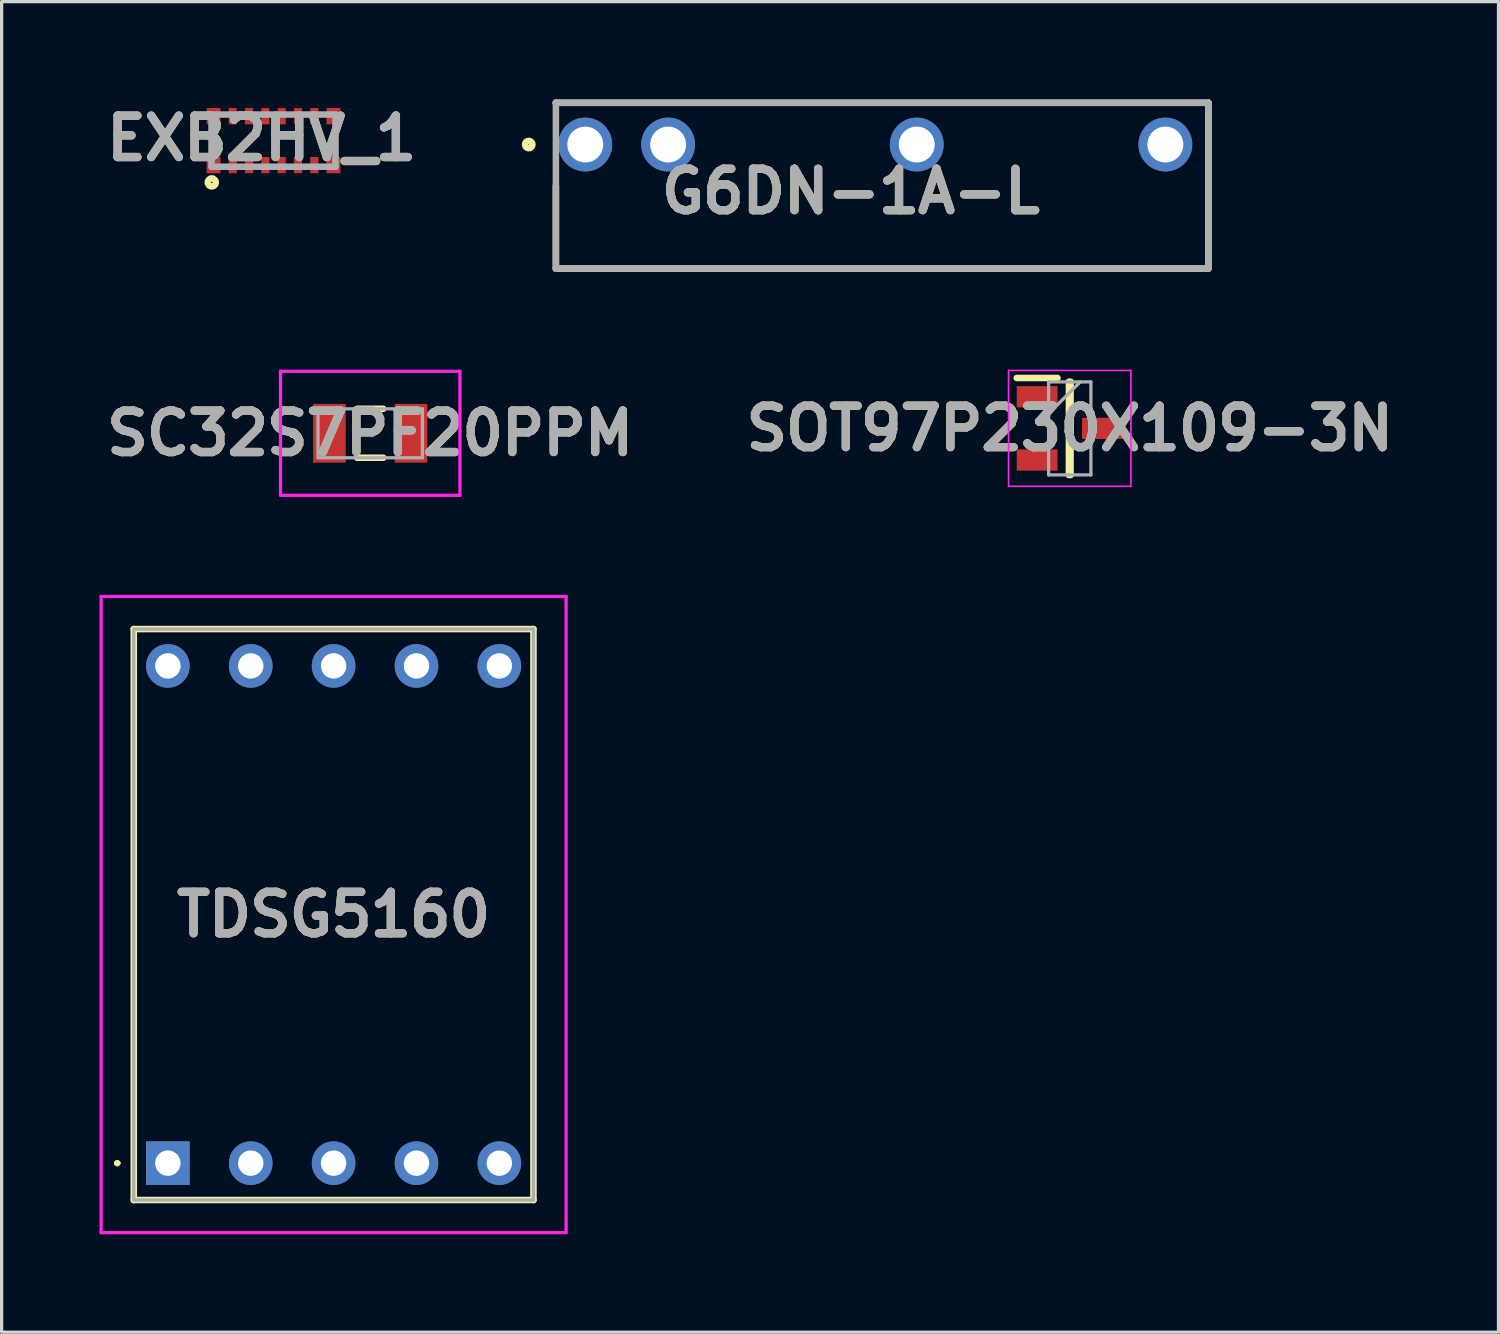
<source format=kicad_pcb>
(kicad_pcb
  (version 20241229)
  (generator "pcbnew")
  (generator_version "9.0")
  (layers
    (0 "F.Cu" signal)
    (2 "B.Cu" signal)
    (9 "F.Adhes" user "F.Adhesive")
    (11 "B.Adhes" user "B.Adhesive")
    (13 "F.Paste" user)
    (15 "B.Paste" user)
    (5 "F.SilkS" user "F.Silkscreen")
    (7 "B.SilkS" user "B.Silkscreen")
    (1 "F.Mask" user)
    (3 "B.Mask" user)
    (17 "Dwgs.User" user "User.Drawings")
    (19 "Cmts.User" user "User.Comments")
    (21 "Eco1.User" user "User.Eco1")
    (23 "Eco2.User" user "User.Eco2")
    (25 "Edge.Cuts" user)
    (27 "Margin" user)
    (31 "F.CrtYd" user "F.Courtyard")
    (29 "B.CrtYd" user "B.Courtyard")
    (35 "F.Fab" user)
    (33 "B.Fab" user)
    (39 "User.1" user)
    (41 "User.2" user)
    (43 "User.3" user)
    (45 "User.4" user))
  (footprint "SC32S7PF20PPM"
    (layer "F.Cu")
    (at 8.297 10.23)
    (property "Reference" "SC32S7PF20PPM" (at 0 0 0) (layer "F.SilkS") (effects (font (size 1.27 1.27) (thickness 0.254))))
    (attr smd)
    (fp_line (start -2.4 0) (end -2.4 0) (stroke (width 0.2) (type solid)) (layer "F.SilkS"))
    (fp_line (start -2.4 0) (end -2.4 0) (stroke (width 0.2) (type solid)) (layer "F.SilkS"))
    (fp_line (start -2.3 0) (end -2.3 0) (stroke (width 0.2) (type solid)) (layer "F.SilkS"))
    (fp_line (start -0.4 -0.75) (end 0.4 -0.75) (stroke (width 0.2) (type solid)) (layer "F.SilkS"))
    (fp_line (start -0.4 0.75) (end 0.4 0.75) (stroke (width 0.2) (type solid)) (layer "F.SilkS"))
    (fp_arc (start -2.4 0) (mid -2.35 -0.05) (end -2.3 0) (stroke (width 0.2) (type solid)) (layer "F.SilkS"))
    (fp_arc (start -2.3 0) (mid -2.35 0.05) (end -2.4 0) (stroke (width 0.2) (type solid)) (layer "F.SilkS"))
    (fp_arc (start -2.3 0) (mid -2.35 0.05) (end -2.4 0) (stroke (width 0.2) (type solid)) (layer "F.SilkS"))
    (fp_line (start -2.75 -1.9) (end 2.75 -1.9) (stroke (width 0.1) (type solid)) (layer "F.CrtYd"))
    (fp_line (start -2.75 1.9) (end -2.75 -1.9) (stroke (width 0.1) (type solid)) (layer "F.CrtYd"))
    (fp_line (start 2.75 -1.9) (end 2.75 1.9) (stroke (width 0.1) (type solid)) (layer "F.CrtYd"))
    (fp_line (start 2.75 1.9) (end -2.75 1.9) (stroke (width 0.1) (type solid)) (layer "F.CrtYd"))
    (fp_line (start -1.6 -0.75) (end 1.6 -0.75) (stroke (width 0.1) (type solid)) (layer "F.Fab"))
    (fp_line (start -1.6 0.75) (end -1.6 -0.75) (stroke (width 0.1) (type solid)) (layer "F.Fab"))
    (fp_line (start 1.6 -0.75) (end 1.6 0.75) (stroke (width 0.1) (type solid)) (layer "F.Fab"))
    (fp_line (start 1.6 0.75) (end -1.6 0.75) (stroke (width 0.1) (type solid)) (layer "F.Fab"))
    (fp_text user "${REFERENCE}" (at 0 0 0) (layer "F.Fab") (effects (font (size 1.27 1.27) (thickness 0.254))))
    (pad "1" smd rect (at -1.25 0) (size 1 1.8) (layers "F.Cu" "F.Mask" "F.Paste"))
    (pad "2" smd rect (at 1.25 0) (size 1 1.8) (layers "F.Cu" "F.Mask" "F.Paste")))
  (footprint "SOT97P230X109-3N"
    (layer "F.Cu")
    (at 29.737 10.08)
    (property "Reference" "SOT97P230X109-3N" (at 0 0 0) (layer "F.SilkS") (effects (font (size 1.27 1.27) (thickness 0.254))))
    (attr smd)
    (fp_line (start -1.625 -1.545) (end -0.375 -1.545) (stroke (width 0.2) (type solid)) (layer "F.SilkS"))
    (fp_line (start -0.025 -1.425) (end 0.025 -1.425) (stroke (width 0.2) (type solid)) (layer "F.SilkS"))
    (fp_line (start -0.025 1.425) (end -0.025 -1.425) (stroke (width 0.2) (type solid)) (layer "F.SilkS"))
    (fp_line (start 0.025 -1.425) (end 0.025 1.425) (stroke (width 0.2) (type solid)) (layer "F.SilkS"))
    (fp_line (start 0.025 1.425) (end -0.025 1.425) (stroke (width 0.2) (type solid)) (layer "F.SilkS"))
    (fp_line (start -1.875 -1.775) (end 1.875 -1.775) (stroke (width 0.05) (type solid)) (layer "F.CrtYd"))
    (fp_line (start -1.875 1.775) (end -1.875 -1.775) (stroke (width 0.05) (type solid)) (layer "F.CrtYd"))
    (fp_line (start 1.875 -1.775) (end 1.875 1.775) (stroke (width 0.05) (type solid)) (layer "F.CrtYd"))
    (fp_line (start 1.875 1.775) (end -1.875 1.775) (stroke (width 0.05) (type solid)) (layer "F.CrtYd"))
    (fp_line (start -0.648 -1.425) (end 0.648 -1.425) (stroke (width 0.1) (type solid)) (layer "F.Fab"))
    (fp_line (start -0.648 -0.455) (end 0.322 -1.425) (stroke (width 0.1) (type solid)) (layer "F.Fab"))
    (fp_line (start -0.648 1.425) (end -0.648 -1.425) (stroke (width 0.1) (type solid)) (layer "F.Fab"))
    (fp_line (start 0.648 -1.425) (end 0.648 1.425) (stroke (width 0.1) (type solid)) (layer "F.Fab"))
    (fp_line (start 0.648 1.425) (end -0.648 1.425) (stroke (width 0.1) (type solid)) (layer "F.Fab"))
    (fp_text user "${REFERENCE}" (at 0 0 0) (layer "F.Fab") (effects (font (size 1.27 1.27) (thickness 0.254))))
    (pad "1" smd rect (at -1 -0.97 90) (size 0.65 1.25) (layers "F.Cu" "F.Mask" "F.Paste"))
    (pad "2" smd rect (at -1 0.97 90) (size 0.65 1.25) (layers "F.Cu" "F.Mask" "F.Paste"))
    (pad "3" smd rect (at 1 0 90) (size 0.65 1.25) (layers "F.Cu" "F.Mask" "F.Paste")))
  (footprint "G6DN-1A-L"
    (layer "F.Cu")
    (at 32.668 1.38)
    (property "Reference" "G6DN-1A-L" (at -9.645 1.437 0) (layer "F.SilkS") (effects (font (size 1.27 1.27) (thickness 0.254))))
    (attr through_hole)
    (fp_line (start -18.68 -1.28) (end -18.68 -1.26) (stroke (width 0.2) (type solid)) (layer "F.SilkS"))
    (fp_line (start -18.68 -1.28) (end 1.32 -1.28) (stroke (width 0.2) (type solid)) (layer "F.SilkS"))
    (fp_line (start -18.68 3.8) (end -18.68 1.26) (stroke (width 0.2) (type solid)) (layer "F.SilkS"))
    (fp_line (start 1.32 -1.28) (end 1.32 3.8) (stroke (width 0.2) (type solid)) (layer "F.SilkS"))
    (fp_line (start 1.32 3.8) (end -18.68 3.8) (stroke (width 0.2) (type solid)) (layer "F.SilkS"))
    (fp_circle (center -19.513 -0.001) (end -19.513 0.112) (stroke (width 0.2) (type solid)) (fill no) (layer "F.SilkS"))
    (fp_line (start -18.68 -1.28) (end 1.32 -1.28) (stroke (width 0.2) (type solid)) (layer "F.Fab"))
    (fp_line (start -18.68 3.8) (end -18.68 -1.28) (stroke (width 0.2) (type solid)) (layer "F.Fab"))
    (fp_line (start 1.32 -1.28) (end 1.32 3.8) (stroke (width 0.2) (type solid)) (layer "F.Fab"))
    (fp_line (start 1.32 3.8) (end -18.68 3.8) (stroke (width 0.2) (type solid)) (layer "F.Fab"))
    (fp_text user "${REFERENCE}" (at -9.645 1.437 0) (layer "F.Fab") (effects (font (size 1.27 1.27) (thickness 0.254))))
    (pad "1" thru_hole circle (at -17.78 0) (size 1.65 1.65) (drill 1.1) (layers "*.Cu" "*.Mask"))
    (pad "2" thru_hole circle (at -15.24 0) (size 1.65 1.65) (drill 1.1) (layers "*.Cu" "*.Mask"))
    (pad "5" thru_hole circle (at -7.62 0) (size 1.65 1.65) (drill 1.1) (layers "*.Cu" "*.Mask"))
    (pad "8" thru_hole circle (at 0 0) (size 1.65 1.65) (drill 1.1) (layers "*.Cu" "*.Mask")))
  (footprint "EXB2HV_1"
    (layer "F.Cu")
    (at 5.333 1.26)
    (property "Reference" "EXB2HV_1" (at -0.362 -0.071 0) (layer "F.SilkS") (effects (font (size 1.27 1.27) (thickness 0.254))))
    (attr smd)
    (fp_circle (center -1.893 1.28) (end -1.893 1.302) (stroke (width 0.2) (type solid)) (fill no) (layer "F.SilkS"))
    (fp_line (start -1.9 -0.8) (end 1.9 -0.8) (stroke (width 0.2) (type solid)) (layer "F.Fab"))
    (fp_line (start -1.9 0.8) (end -1.9 -0.8) (stroke (width 0.2) (type solid)) (layer "F.Fab"))
    (fp_line (start 1.9 -0.8) (end 1.9 0.8) (stroke (width 0.2) (type solid)) (layer "F.Fab"))
    (fp_line (start 1.9 0.8) (end -1.9 0.8) (stroke (width 0.2) (type solid)) (layer "F.Fab"))
    (fp_text user "${REFERENCE}" (at -0.362 -0.071 0) (layer "F.Fab") (effects (font (size 1.27 1.27) (thickness 0.254))))
    (pad "1" smd rect (at -1.837 0.75) (size 0.425 0.5) (layers "F.Cu" "F.Mask" "F.Paste"))
    (pad "2" smd rect (at -1.25 0.75) (size 0.25 0.5) (layers "F.Cu" "F.Mask" "F.Paste"))
    (pad "3" smd rect (at -0.75 0.75) (size 0.25 0.5) (layers "F.Cu" "F.Mask" "F.Paste"))
    (pad "4" smd rect (at -0.25 0.75) (size 0.25 0.5) (layers "F.Cu" "F.Mask" "F.Paste"))
    (pad "5" smd rect (at 0.25 0.75) (size 0.25 0.5) (layers "F.Cu" "F.Mask" "F.Paste"))
    (pad "6" smd rect (at 0.75 0.75) (size 0.25 0.5) (layers "F.Cu" "F.Mask" "F.Paste"))
    (pad "7" smd rect (at 1.25 0.75) (size 0.25 0.5) (layers "F.Cu" "F.Mask" "F.Paste"))
    (pad "8" smd rect (at 1.837 0.75) (size 0.425 0.5) (layers "F.Cu" "F.Mask" "F.Paste"))
    (pad "9" smd rect (at 1.837 -0.75) (size 0.425 0.5) (layers "F.Cu" "F.Mask" "F.Paste"))
    (pad "10" smd rect (at 1.25 -0.75) (size 0.25 0.5) (layers "F.Cu" "F.Mask" "F.Paste"))
    (pad "11" smd rect (at 0.75 -0.75) (size 0.25 0.5) (layers "F.Cu" "F.Mask" "F.Paste"))
    (pad "12" smd rect (at 0.25 -0.75) (size 0.25 0.5) (layers "F.Cu" "F.Mask" "F.Paste"))
    (pad "13" smd rect (at -0.25 -0.75) (size 0.25 0.5) (layers "F.Cu" "F.Mask" "F.Paste"))
    (pad "14" smd rect (at -0.75 -0.75) (size 0.25 0.5) (layers "F.Cu" "F.Mask" "F.Paste"))
    (pad "15" smd rect (at -1.25 -0.75) (size 0.25 0.5) (layers "F.Cu" "F.Mask" "F.Paste"))
    (pad "16" smd rect (at -1.837 -0.75) (size 0.425 0.5) (layers "F.Cu" "F.Mask" "F.Paste")))
  (footprint "TDSG5160"
    (layer "F.Cu")
    (at 2.095 32.6)
    (property "Reference" "TDSG5160" (at 5.08 -7.62 0) (layer "F.SilkS") (effects (font (size 1.27 1.27) (thickness 0.254))))
    (attr through_hole)
    (fp_line (start -1.6 0) (end -1.6 0) (stroke (width 0.1) (type solid)) (layer "F.SilkS"))
    (fp_line (start -1.5 0) (end -1.5 0) (stroke (width 0.1) (type solid)) (layer "F.SilkS"))
    (fp_line (start -1.045 -16.37) (end 11.205 -16.37) (stroke (width 0.2) (type solid)) (layer "F.SilkS"))
    (fp_line (start -1.045 1.13) (end -1.045 -16.37) (stroke (width 0.2) (type solid)) (layer "F.SilkS"))
    (fp_line (start 11.205 -16.37) (end 11.205 1.13) (stroke (width 0.2) (type solid)) (layer "F.SilkS"))
    (fp_line (start 11.205 1.13) (end -1.045 1.13) (stroke (width 0.2) (type solid)) (layer "F.SilkS"))
    (fp_arc (start -1.6 0) (mid -1.55 -0.05) (end -1.5 0) (stroke (width 0.1) (type solid)) (layer "F.SilkS"))
    (fp_arc (start -1.5 0) (mid -1.55 0.05) (end -1.6 0) (stroke (width 0.1) (type solid)) (layer "F.SilkS"))
    (fp_line (start -2.045 -17.37) (end 12.205 -17.37) (stroke (width 0.1) (type solid)) (layer "F.CrtYd"))
    (fp_line (start -2.045 2.13) (end -2.045 -17.37) (stroke (width 0.1) (type solid)) (layer "F.CrtYd"))
    (fp_line (start 12.205 -17.37) (end 12.205 2.13) (stroke (width 0.1) (type solid)) (layer "F.CrtYd"))
    (fp_line (start 12.205 2.13) (end -2.045 2.13) (stroke (width 0.1) (type solid)) (layer "F.CrtYd"))
    (fp_line (start -1.045 -16.37) (end 11.205 -16.37) (stroke (width 0.1) (type solid)) (layer "F.Fab"))
    (fp_line (start -1.045 1.13) (end -1.045 -16.37) (stroke (width 0.1) (type solid)) (layer "F.Fab"))
    (fp_line (start 11.205 -16.37) (end 11.205 1.13) (stroke (width 0.1) (type solid)) (layer "F.Fab"))
    (fp_line (start 11.205 1.13) (end -1.045 1.13) (stroke (width 0.1) (type solid)) (layer "F.Fab"))
    (fp_text user "${REFERENCE}" (at 5.08 -7.62 0) (layer "F.Fab") (effects (font (size 1.27 1.27) (thickness 0.254))))
    (pad "1" thru_hole rect (at 0 0) (size 1.337 1.337) (drill 0.78) (layers "*.Cu" "*.Mask"))
    (pad "2" thru_hole circle (at 2.54 0) (size 1.337 1.337) (drill 0.78) (layers "*.Cu" "*.Mask"))
    (pad "3" thru_hole circle (at 5.08 0) (size 1.337 1.337) (drill 0.78) (layers "*.Cu" "*.Mask"))
    (pad "4" thru_hole circle (at 7.62 0) (size 1.337 1.337) (drill 0.78) (layers "*.Cu" "*.Mask"))
    (pad "5" thru_hole circle (at 10.16 0) (size 1.337 1.337) (drill 0.78) (layers "*.Cu" "*.Mask"))
    (pad "6" thru_hole circle (at 10.16 -15.24) (size 1.337 1.337) (drill 0.78) (layers "*.Cu" "*.Mask"))
    (pad "7" thru_hole circle (at 7.62 -15.24) (size 1.337 1.337) (drill 0.78) (layers "*.Cu" "*.Mask"))
    (pad "8" thru_hole circle (at 5.08 -15.24) (size 1.337 1.337) (drill 0.78) (layers "*.Cu" "*.Mask"))
    (pad "9" thru_hole circle (at 2.54 -15.24) (size 1.337 1.337) (drill 0.78) (layers "*.Cu" "*.Mask"))
    (pad "10" thru_hole circle (at 0 -15.24) (size 1.337 1.337) (drill 0.78) (layers "*.Cu" "*.Mask")))
  (gr_rect
    (start -3 -3)
    (end 42.878 37.78)
    (stroke (width 0.1) (type default))
    (fill no)
    (layer "Edge.Cuts")))
</source>
